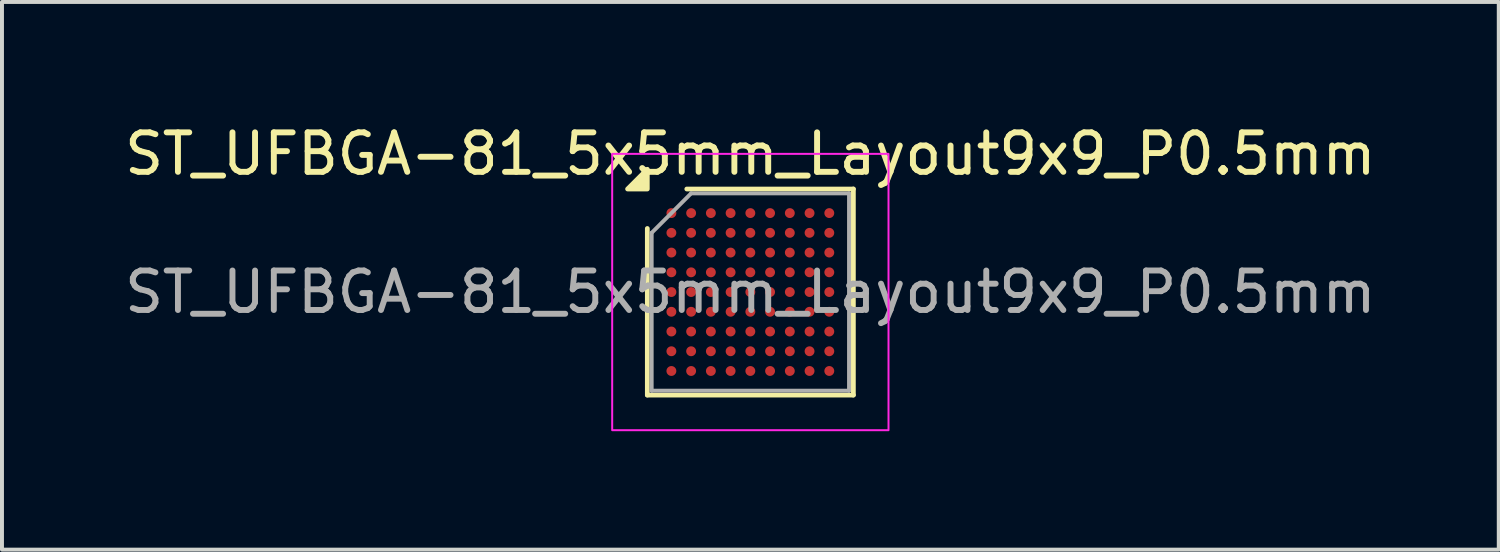
<source format=kicad_pcb>
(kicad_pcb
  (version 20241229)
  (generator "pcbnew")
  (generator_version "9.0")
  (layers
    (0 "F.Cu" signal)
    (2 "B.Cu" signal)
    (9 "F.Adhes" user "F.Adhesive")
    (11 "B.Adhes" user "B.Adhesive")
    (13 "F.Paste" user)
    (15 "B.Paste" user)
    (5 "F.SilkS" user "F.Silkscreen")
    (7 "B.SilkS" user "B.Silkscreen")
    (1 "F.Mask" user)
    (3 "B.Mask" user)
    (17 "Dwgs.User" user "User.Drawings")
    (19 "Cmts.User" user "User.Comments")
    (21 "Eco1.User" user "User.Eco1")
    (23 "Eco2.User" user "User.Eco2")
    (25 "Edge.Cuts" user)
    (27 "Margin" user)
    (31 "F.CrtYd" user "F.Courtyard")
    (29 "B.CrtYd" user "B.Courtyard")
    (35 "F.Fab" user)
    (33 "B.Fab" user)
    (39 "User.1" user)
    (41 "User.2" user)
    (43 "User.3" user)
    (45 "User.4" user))
  (footprint "ST_UFBGA-81_5x5mm_Layout9x9_P0.5mm"
    (layer "F.Cu")
    (at 15.958 4.348)
    (property "Reference" "ST_UFBGA-81_5x5mm_Layout9x9_P0.5mm" (at 0 -3.5 0) (layer "F.SilkS") (effects (font (size 1 1) (thickness 0.15))))
    (attr smd)
    (fp_line (start -2.61 2.61) (end -2.61 -1.61) (stroke (width 0.12) (type solid)) (layer "F.SilkS"))
    (fp_line (start -1.61 -2.61) (end 2.61 -2.61) (stroke (width 0.12) (type solid)) (layer "F.SilkS"))
    (fp_line (start 2.61 -2.61) (end 2.61 2.61) (stroke (width 0.12) (type solid)) (layer "F.SilkS"))
    (fp_line (start 2.61 2.61) (end -2.61 2.61) (stroke (width 0.12) (type solid)) (layer "F.SilkS"))
    (fp_poly (pts (xy -2.61 -2.61) (xy -3.11 -2.61) (xy -2.61 -3.11)) (stroke (width 0.12) (type solid)) (fill yes) (layer "F.SilkS"))
    (fp_rect (start -3.5 -3.5) (end 3.5 3.5) (stroke (width 0.05) (type solid)) (fill no) (layer "F.CrtYd"))
    (fp_line (start -2.5 -1.5) (end -1.5 -2.5) (stroke (width 0.1) (type solid)) (layer "F.Fab"))
    (fp_line (start -2.5 2.5) (end -2.5 -1.5) (stroke (width 0.1) (type solid)) (layer "F.Fab"))
    (fp_line (start -1.5 -2.5) (end 2.5 -2.5) (stroke (width 0.1) (type solid)) (layer "F.Fab"))
    (fp_line (start 2.5 -2.5) (end 2.5 2.5) (stroke (width 0.1) (type solid)) (layer "F.Fab"))
    (fp_line (start 2.5 2.5) (end -2.5 2.5) (stroke (width 0.1) (type solid)) (layer "F.Fab"))
    (fp_text user "${REFERENCE}" (at 0 0 0) (layer "F.Fab") (effects (font (size 1 1) (thickness 0.15))))
    (pad "A1" smd circle (at -2 -2) (size 0.25 0.25) (property pad_prop_bga) (layers "F.Cu" "F.Mask" "F.Paste"))
    (pad "A2" smd circle (at -1.5 -2) (size 0.25 0.25) (property pad_prop_bga) (layers "F.Cu" "F.Mask" "F.Paste"))
    (pad "A3" smd circle (at -1 -2) (size 0.25 0.25) (property pad_prop_bga) (layers "F.Cu" "F.Mask" "F.Paste"))
    (pad "A4" smd circle (at -0.5 -2) (size 0.25 0.25) (property pad_prop_bga) (layers "F.Cu" "F.Mask" "F.Paste"))
    (pad "A5" smd circle (at 0 -2) (size 0.25 0.25) (property pad_prop_bga) (layers "F.Cu" "F.Mask" "F.Paste"))
    (pad "A6" smd circle (at 0.5 -2) (size 0.25 0.25) (property pad_prop_bga) (layers "F.Cu" "F.Mask" "F.Paste"))
    (pad "A7" smd circle (at 1 -2) (size 0.25 0.25) (property pad_prop_bga) (layers "F.Cu" "F.Mask" "F.Paste"))
    (pad "A8" smd circle (at 1.5 -2) (size 0.25 0.25) (property pad_prop_bga) (layers "F.Cu" "F.Mask" "F.Paste"))
    (pad "A9" smd circle (at 2 -2) (size 0.25 0.25) (property pad_prop_bga) (layers "F.Cu" "F.Mask" "F.Paste"))
    (pad "B1" smd circle (at -2 -1.5) (size 0.25 0.25) (property pad_prop_bga) (layers "F.Cu" "F.Mask" "F.Paste"))
    (pad "B2" smd circle (at -1.5 -1.5) (size 0.25 0.25) (property pad_prop_bga) (layers "F.Cu" "F.Mask" "F.Paste"))
    (pad "B3" smd circle (at -1 -1.5) (size 0.25 0.25) (property pad_prop_bga) (layers "F.Cu" "F.Mask" "F.Paste"))
    (pad "B4" smd circle (at -0.5 -1.5) (size 0.25 0.25) (property pad_prop_bga) (layers "F.Cu" "F.Mask" "F.Paste"))
    (pad "B5" smd circle (at 0 -1.5) (size 0.25 0.25) (property pad_prop_bga) (layers "F.Cu" "F.Mask" "F.Paste"))
    (pad "B6" smd circle (at 0.5 -1.5) (size 0.25 0.25) (property pad_prop_bga) (layers "F.Cu" "F.Mask" "F.Paste"))
    (pad "B7" smd circle (at 1 -1.5) (size 0.25 0.25) (property pad_prop_bga) (layers "F.Cu" "F.Mask" "F.Paste"))
    (pad "B8" smd circle (at 1.5 -1.5) (size 0.25 0.25) (property pad_prop_bga) (layers "F.Cu" "F.Mask" "F.Paste"))
    (pad "B9" smd circle (at 2 -1.5) (size 0.25 0.25) (property pad_prop_bga) (layers "F.Cu" "F.Mask" "F.Paste"))
    (pad "C1" smd circle (at -2 -1) (size 0.25 0.25) (property pad_prop_bga) (layers "F.Cu" "F.Mask" "F.Paste"))
    (pad "C2" smd circle (at -1.5 -1) (size 0.25 0.25) (property pad_prop_bga) (layers "F.Cu" "F.Mask" "F.Paste"))
    (pad "C3" smd circle (at -1 -1) (size 0.25 0.25) (property pad_prop_bga) (layers "F.Cu" "F.Mask" "F.Paste"))
    (pad "C4" smd circle (at -0.5 -1) (size 0.25 0.25) (property pad_prop_bga) (layers "F.Cu" "F.Mask" "F.Paste"))
    (pad "C5" smd circle (at 0 -1) (size 0.25 0.25) (property pad_prop_bga) (layers "F.Cu" "F.Mask" "F.Paste"))
    (pad "C6" smd circle (at 0.5 -1) (size 0.25 0.25) (property pad_prop_bga) (layers "F.Cu" "F.Mask" "F.Paste"))
    (pad "C7" smd circle (at 1 -1) (size 0.25 0.25) (property pad_prop_bga) (layers "F.Cu" "F.Mask" "F.Paste"))
    (pad "C8" smd circle (at 1.5 -1) (size 0.25 0.25) (property pad_prop_bga) (layers "F.Cu" "F.Mask" "F.Paste"))
    (pad "C9" smd circle (at 2 -1) (size 0.25 0.25) (property pad_prop_bga) (layers "F.Cu" "F.Mask" "F.Paste"))
    (pad "D1" smd circle (at -2 -0.5) (size 0.25 0.25) (property pad_prop_bga) (layers "F.Cu" "F.Mask" "F.Paste"))
    (pad "D2" smd circle (at -1.5 -0.5) (size 0.25 0.25) (property pad_prop_bga) (layers "F.Cu" "F.Mask" "F.Paste"))
    (pad "D3" smd circle (at -1 -0.5) (size 0.25 0.25) (property pad_prop_bga) (layers "F.Cu" "F.Mask" "F.Paste"))
    (pad "D4" smd circle (at -0.5 -0.5) (size 0.25 0.25) (property pad_prop_bga) (layers "F.Cu" "F.Mask" "F.Paste"))
    (pad "D5" smd circle (at 0 -0.5) (size 0.25 0.25) (property pad_prop_bga) (layers "F.Cu" "F.Mask" "F.Paste"))
    (pad "D6" smd circle (at 0.5 -0.5) (size 0.25 0.25) (property pad_prop_bga) (layers "F.Cu" "F.Mask" "F.Paste"))
    (pad "D7" smd circle (at 1 -0.5) (size 0.25 0.25) (property pad_prop_bga) (layers "F.Cu" "F.Mask" "F.Paste"))
    (pad "D8" smd circle (at 1.5 -0.5) (size 0.25 0.25) (property pad_prop_bga) (layers "F.Cu" "F.Mask" "F.Paste"))
    (pad "D9" smd circle (at 2 -0.5) (size 0.25 0.25) (property pad_prop_bga) (layers "F.Cu" "F.Mask" "F.Paste"))
    (pad "E1" smd circle (at -2 0) (size 0.25 0.25) (property pad_prop_bga) (layers "F.Cu" "F.Mask" "F.Paste"))
    (pad "E2" smd circle (at -1.5 0) (size 0.25 0.25) (property pad_prop_bga) (layers "F.Cu" "F.Mask" "F.Paste"))
    (pad "E3" smd circle (at -1 0) (size 0.25 0.25) (property pad_prop_bga) (layers "F.Cu" "F.Mask" "F.Paste"))
    (pad "E4" smd circle (at -0.5 0) (size 0.25 0.25) (property pad_prop_bga) (layers "F.Cu" "F.Mask" "F.Paste"))
    (pad "E5" smd circle (at 0 0) (size 0.25 0.25) (property pad_prop_bga) (layers "F.Cu" "F.Mask" "F.Paste"))
    (pad "E6" smd circle (at 0.5 0) (size 0.25 0.25) (property pad_prop_bga) (layers "F.Cu" "F.Mask" "F.Paste"))
    (pad "E7" smd circle (at 1 0) (size 0.25 0.25) (property pad_prop_bga) (layers "F.Cu" "F.Mask" "F.Paste"))
    (pad "E8" smd circle (at 1.5 0) (size 0.25 0.25) (property pad_prop_bga) (layers "F.Cu" "F.Mask" "F.Paste"))
    (pad "E9" smd circle (at 2 0) (size 0.25 0.25) (property pad_prop_bga) (layers "F.Cu" "F.Mask" "F.Paste"))
    (pad "F1" smd circle (at -2 0.5) (size 0.25 0.25) (property pad_prop_bga) (layers "F.Cu" "F.Mask" "F.Paste"))
    (pad "F2" smd circle (at -1.5 0.5) (size 0.25 0.25) (property pad_prop_bga) (layers "F.Cu" "F.Mask" "F.Paste"))
    (pad "F3" smd circle (at -1 0.5) (size 0.25 0.25) (property pad_prop_bga) (layers "F.Cu" "F.Mask" "F.Paste"))
    (pad "F4" smd circle (at -0.5 0.5) (size 0.25 0.25) (property pad_prop_bga) (layers "F.Cu" "F.Mask" "F.Paste"))
    (pad "F5" smd circle (at 0 0.5) (size 0.25 0.25) (property pad_prop_bga) (layers "F.Cu" "F.Mask" "F.Paste"))
    (pad "F6" smd circle (at 0.5 0.5) (size 0.25 0.25) (property pad_prop_bga) (layers "F.Cu" "F.Mask" "F.Paste"))
    (pad "F7" smd circle (at 1 0.5) (size 0.25 0.25) (property pad_prop_bga) (layers "F.Cu" "F.Mask" "F.Paste"))
    (pad "F8" smd circle (at 1.5 0.5) (size 0.25 0.25) (property pad_prop_bga) (layers "F.Cu" "F.Mask" "F.Paste"))
    (pad "F9" smd circle (at 2 0.5) (size 0.25 0.25) (property pad_prop_bga) (layers "F.Cu" "F.Mask" "F.Paste"))
    (pad "G1" smd circle (at -2 1) (size 0.25 0.25) (property pad_prop_bga) (layers "F.Cu" "F.Mask" "F.Paste"))
    (pad "G2" smd circle (at -1.5 1) (size 0.25 0.25) (property pad_prop_bga) (layers "F.Cu" "F.Mask" "F.Paste"))
    (pad "G3" smd circle (at -1 1) (size 0.25 0.25) (property pad_prop_bga) (layers "F.Cu" "F.Mask" "F.Paste"))
    (pad "G4" smd circle (at -0.5 1) (size 0.25 0.25) (property pad_prop_bga) (layers "F.Cu" "F.Mask" "F.Paste"))
    (pad "G5" smd circle (at 0 1) (size 0.25 0.25) (property pad_prop_bga) (layers "F.Cu" "F.Mask" "F.Paste"))
    (pad "G6" smd circle (at 0.5 1) (size 0.25 0.25) (property pad_prop_bga) (layers "F.Cu" "F.Mask" "F.Paste"))
    (pad "G7" smd circle (at 1 1) (size 0.25 0.25) (property pad_prop_bga) (layers "F.Cu" "F.Mask" "F.Paste"))
    (pad "G8" smd circle (at 1.5 1) (size 0.25 0.25) (property pad_prop_bga) (layers "F.Cu" "F.Mask" "F.Paste"))
    (pad "G9" smd circle (at 2 1) (size 0.25 0.25) (property pad_prop_bga) (layers "F.Cu" "F.Mask" "F.Paste"))
    (pad "H1" smd circle (at -2 1.5) (size 0.25 0.25) (property pad_prop_bga) (layers "F.Cu" "F.Mask" "F.Paste"))
    (pad "H2" smd circle (at -1.5 1.5) (size 0.25 0.25) (property pad_prop_bga) (layers "F.Cu" "F.Mask" "F.Paste"))
    (pad "H3" smd circle (at -1 1.5) (size 0.25 0.25) (property pad_prop_bga) (layers "F.Cu" "F.Mask" "F.Paste"))
    (pad "H4" smd circle (at -0.5 1.5) (size 0.25 0.25) (property pad_prop_bga) (layers "F.Cu" "F.Mask" "F.Paste"))
    (pad "H5" smd circle (at 0 1.5) (size 0.25 0.25) (property pad_prop_bga) (layers "F.Cu" "F.Mask" "F.Paste"))
    (pad "H6" smd circle (at 0.5 1.5) (size 0.25 0.25) (property pad_prop_bga) (layers "F.Cu" "F.Mask" "F.Paste"))
    (pad "H7" smd circle (at 1 1.5) (size 0.25 0.25) (property pad_prop_bga) (layers "F.Cu" "F.Mask" "F.Paste"))
    (pad "H8" smd circle (at 1.5 1.5) (size 0.25 0.25) (property pad_prop_bga) (layers "F.Cu" "F.Mask" "F.Paste"))
    (pad "H9" smd circle (at 2 1.5) (size 0.25 0.25) (property pad_prop_bga) (layers "F.Cu" "F.Mask" "F.Paste"))
    (pad "J1" smd circle (at -2 2) (size 0.25 0.25) (property pad_prop_bga) (layers "F.Cu" "F.Mask" "F.Paste"))
    (pad "J2" smd circle (at -1.5 2) (size 0.25 0.25) (property pad_prop_bga) (layers "F.Cu" "F.Mask" "F.Paste"))
    (pad "J3" smd circle (at -1 2) (size 0.25 0.25) (property pad_prop_bga) (layers "F.Cu" "F.Mask" "F.Paste"))
    (pad "J4" smd circle (at -0.5 2) (size 0.25 0.25) (property pad_prop_bga) (layers "F.Cu" "F.Mask" "F.Paste"))
    (pad "J5" smd circle (at 0 2) (size 0.25 0.25) (property pad_prop_bga) (layers "F.Cu" "F.Mask" "F.Paste"))
    (pad "J6" smd circle (at 0.5 2) (size 0.25 0.25) (property pad_prop_bga) (layers "F.Cu" "F.Mask" "F.Paste"))
    (pad "J7" smd circle (at 1 2) (size 0.25 0.25) (property pad_prop_bga) (layers "F.Cu" "F.Mask" "F.Paste"))
    (pad "J8" smd circle (at 1.5 2) (size 0.25 0.25) (property pad_prop_bga) (layers "F.Cu" "F.Mask" "F.Paste"))
    (pad "J9" smd circle (at 2 2) (size 0.25 0.25) (property pad_prop_bga) (layers "F.Cu" "F.Mask" "F.Paste")))
  (gr_rect
    (start -3 -3)
    (end 34.917 10.873)
    (stroke (width 0.1) (type default))
    (fill no)
    (layer "Edge.Cuts")))
</source>
